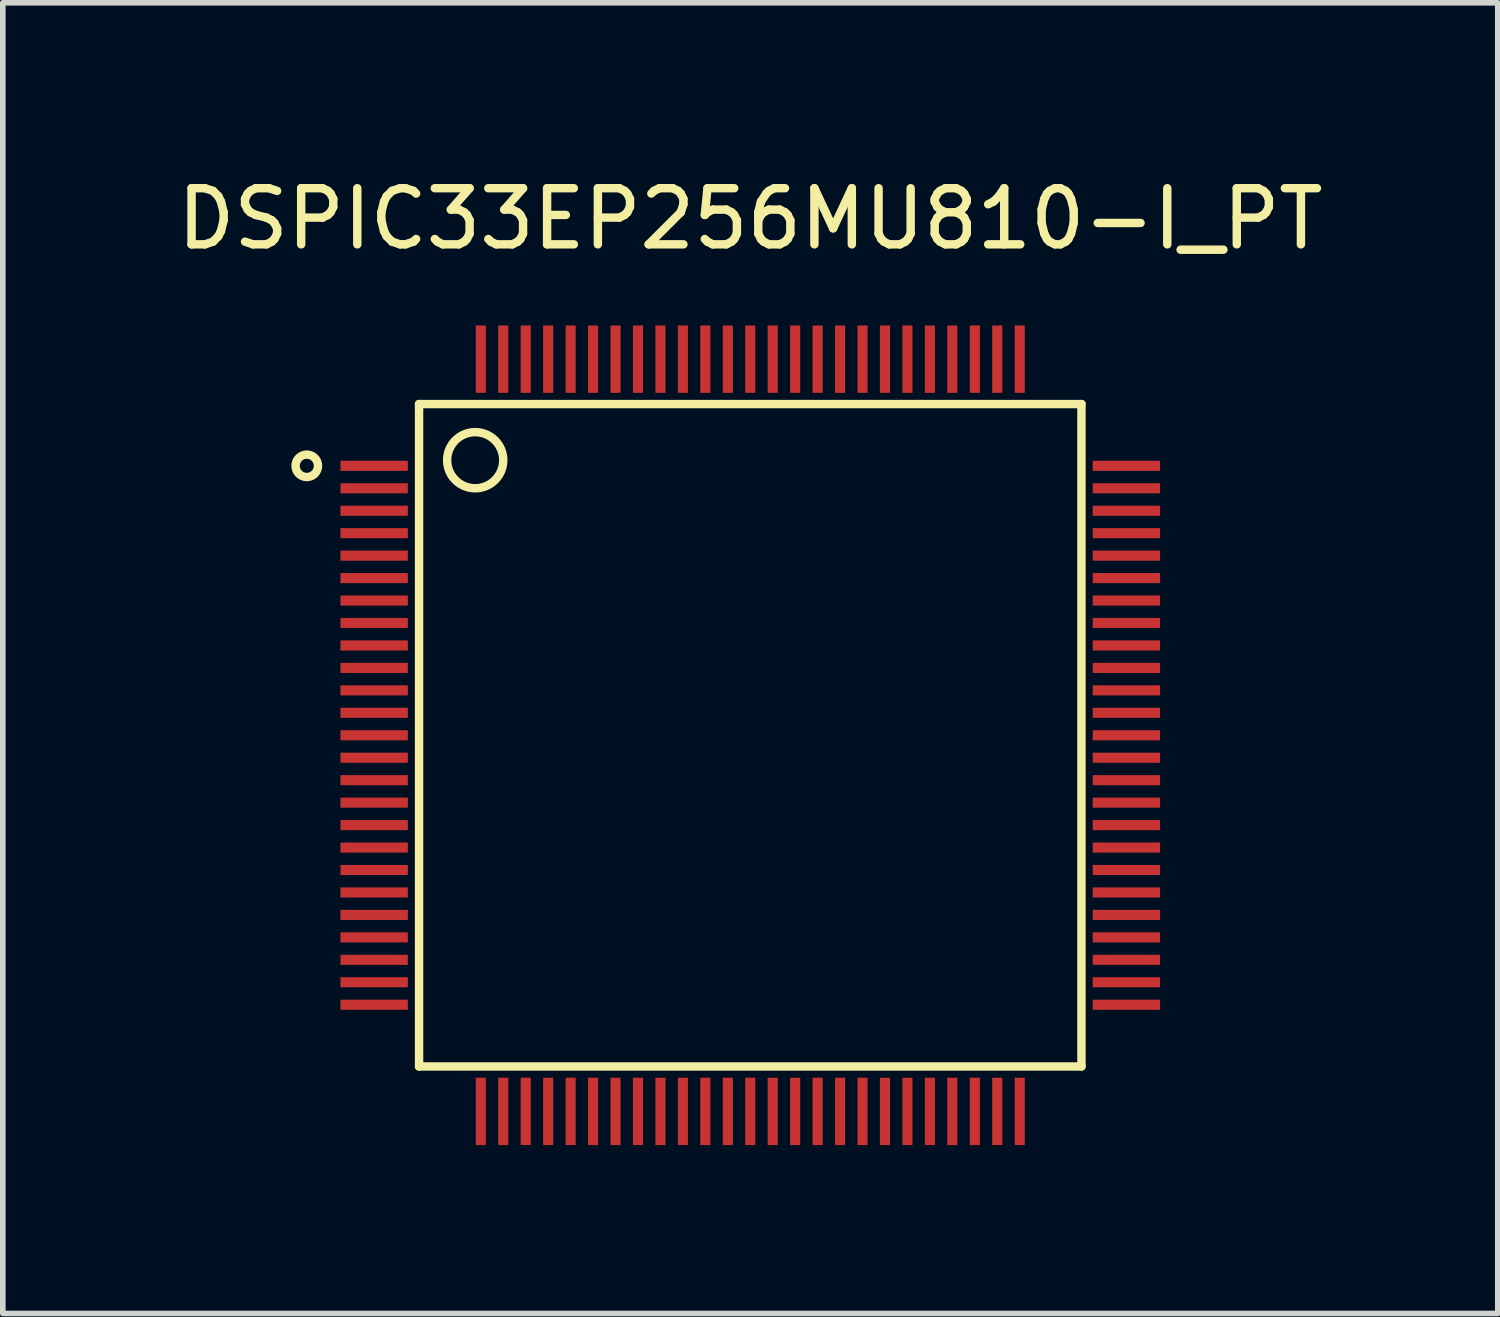
<source format=kicad_pcb>
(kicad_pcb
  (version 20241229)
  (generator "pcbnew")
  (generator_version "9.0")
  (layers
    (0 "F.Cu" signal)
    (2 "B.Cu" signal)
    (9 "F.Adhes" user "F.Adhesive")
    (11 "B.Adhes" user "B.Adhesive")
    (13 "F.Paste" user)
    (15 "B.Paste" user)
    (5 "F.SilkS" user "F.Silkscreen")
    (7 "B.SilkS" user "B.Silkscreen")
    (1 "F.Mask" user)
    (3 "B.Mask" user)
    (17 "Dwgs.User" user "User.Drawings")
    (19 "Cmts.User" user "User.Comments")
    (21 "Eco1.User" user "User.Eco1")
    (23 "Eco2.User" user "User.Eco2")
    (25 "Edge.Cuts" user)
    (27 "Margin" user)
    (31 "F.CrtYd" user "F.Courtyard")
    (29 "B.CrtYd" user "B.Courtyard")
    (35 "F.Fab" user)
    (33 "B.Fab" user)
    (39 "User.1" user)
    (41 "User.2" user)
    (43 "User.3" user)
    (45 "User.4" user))
  (footprint "DSPIC33EP256MU810-I_PT"
    (layer "F.Cu")
    (at 3.615 3.348)
    (property "Reference" "DSPIC33EP256MU810-I_PT" (at 6.7 -2.5 0) (layer "F.SilkS") (effects (font (size 1 1) (thickness 0.15))))
    (attr through_hole)
    (fp_line (start 0.8 0.8) (end 0.8 12.6) (stroke (width 0.15) (type solid)) (layer "F.SilkS"))
    (fp_line (start 0.8 0.8) (end 12.6 0.8) (stroke (width 0.15) (type solid)) (layer "F.SilkS"))
    (fp_line (start 0.8 12.6) (end 12.6 12.6) (stroke (width 0.15) (type solid)) (layer "F.SilkS"))
    (fp_line (start 12.6 12.6) (end 12.6 0.8) (stroke (width 0.15) (type solid)) (layer "F.SilkS"))
    (fp_circle (center -1.2 1.9) (end -1.2 1.7) (stroke (width 0.15) (type solid)) (fill no) (layer "F.SilkS"))
    (fp_circle (center 1.8 1.8) (end 1.8 1.3) (stroke (width 0.15) (type solid)) (fill no) (layer "F.SilkS"))
    (pad "1" smd rect (at 0 1.9) (size 1.2 0.18) (layers "F.Cu" "F.Mask" "F.Paste"))
    (pad "2" smd rect (at 0 2.3) (size 1.2 0.18) (layers "F.Cu" "F.Mask" "F.Paste"))
    (pad "3" smd rect (at 0 2.7) (size 1.2 0.18) (layers "F.Cu" "F.Mask" "F.Paste"))
    (pad "4" smd rect (at 0 3.1) (size 1.2 0.18) (layers "F.Cu" "F.Mask" "F.Paste"))
    (pad "5" smd rect (at 0 3.5) (size 1.2 0.18) (layers "F.Cu" "F.Mask" "F.Paste"))
    (pad "6" smd rect (at 0 3.9) (size 1.2 0.18) (layers "F.Cu" "F.Mask" "F.Paste"))
    (pad "7" smd rect (at 0 4.3) (size 1.2 0.18) (layers "F.Cu" "F.Mask" "F.Paste"))
    (pad "8" smd rect (at 0 4.7) (size 1.2 0.18) (layers "F.Cu" "F.Mask" "F.Paste"))
    (pad "9" smd rect (at 0 5.1) (size 1.2 0.18) (layers "F.Cu" "F.Mask" "F.Paste"))
    (pad "10" smd rect (at 0 5.5) (size 1.2 0.18) (layers "F.Cu" "F.Mask" "F.Paste"))
    (pad "11" smd rect (at 0 5.9) (size 1.2 0.18) (layers "F.Cu" "F.Mask" "F.Paste"))
    (pad "12" smd rect (at 0 6.3) (size 1.2 0.18) (layers "F.Cu" "F.Mask" "F.Paste"))
    (pad "13" smd rect (at 0 6.7) (size 1.2 0.18) (layers "F.Cu" "F.Mask" "F.Paste"))
    (pad "14" smd rect (at 0 7.1) (size 1.2 0.18) (layers "F.Cu" "F.Mask" "F.Paste"))
    (pad "15" smd rect (at 0 7.5) (size 1.2 0.18) (layers "F.Cu" "F.Mask" "F.Paste"))
    (pad "16" smd rect (at 0 7.9) (size 1.2 0.18) (layers "F.Cu" "F.Mask" "F.Paste"))
    (pad "17" smd rect (at 0 8.3) (size 1.2 0.18) (layers "F.Cu" "F.Mask" "F.Paste"))
    (pad "18" smd rect (at 0 8.7) (size 1.2 0.18) (layers "F.Cu" "F.Mask" "F.Paste"))
    (pad "19" smd rect (at 0 9.1) (size 1.2 0.18) (layers "F.Cu" "F.Mask" "F.Paste"))
    (pad "20" smd rect (at 0 9.5) (size 1.2 0.18) (layers "F.Cu" "F.Mask" "F.Paste"))
    (pad "21" smd rect (at 0 9.9) (size 1.2 0.18) (layers "F.Cu" "F.Mask" "F.Paste"))
    (pad "22" smd rect (at 0 10.3) (size 1.2 0.18) (layers "F.Cu" "F.Mask" "F.Paste"))
    (pad "23" smd rect (at 0 10.7) (size 1.2 0.18) (layers "F.Cu" "F.Mask" "F.Paste"))
    (pad "24" smd rect (at 0 11.1) (size 1.2 0.18) (layers "F.Cu" "F.Mask" "F.Paste"))
    (pad "25" smd rect (at 0 11.5) (size 1.2 0.18) (layers "F.Cu" "F.Mask" "F.Paste"))
    (pad "26" smd rect (at 1.9 13.4) (size 0.18 1.2) (layers "F.Cu" "F.Mask" "F.Paste"))
    (pad "27" smd rect (at 2.3 13.4) (size 0.18 1.2) (layers "F.Cu" "F.Mask" "F.Paste"))
    (pad "28" smd rect (at 2.7 13.4) (size 0.18 1.2) (layers "F.Cu" "F.Mask" "F.Paste"))
    (pad "29" smd rect (at 3.1 13.4) (size 0.18 1.2) (layers "F.Cu" "F.Mask" "F.Paste"))
    (pad "30" smd rect (at 3.5 13.4) (size 0.18 1.2) (layers "F.Cu" "F.Mask" "F.Paste"))
    (pad "31" smd rect (at 3.9 13.4) (size 0.18 1.2) (layers "F.Cu" "F.Mask" "F.Paste"))
    (pad "32" smd rect (at 4.3 13.4) (size 0.18 1.2) (layers "F.Cu" "F.Mask" "F.Paste"))
    (pad "33" smd rect (at 4.7 13.4) (size 0.18 1.2) (layers "F.Cu" "F.Mask" "F.Paste"))
    (pad "34" smd rect (at 5.1 13.4) (size 0.18 1.2) (layers "F.Cu" "F.Mask" "F.Paste"))
    (pad "35" smd rect (at 5.5 13.4) (size 0.18 1.2) (layers "F.Cu" "F.Mask" "F.Paste"))
    (pad "36" smd rect (at 5.9 13.4) (size 0.18 1.2) (layers "F.Cu" "F.Mask" "F.Paste"))
    (pad "37" smd rect (at 6.3 13.4) (size 0.18 1.2) (layers "F.Cu" "F.Mask" "F.Paste"))
    (pad "38" smd rect (at 6.7 13.4) (size 0.18 1.2) (layers "F.Cu" "F.Mask" "F.Paste"))
    (pad "39" smd rect (at 7.1 13.4) (size 0.18 1.2) (layers "F.Cu" "F.Mask" "F.Paste"))
    (pad "40" smd rect (at 7.5 13.4) (size 0.18 1.2) (layers "F.Cu" "F.Mask" "F.Paste"))
    (pad "41" smd rect (at 7.9 13.4) (size 0.18 1.2) (layers "F.Cu" "F.Mask" "F.Paste"))
    (pad "42" smd rect (at 8.3 13.4) (size 0.18 1.2) (layers "F.Cu" "F.Mask" "F.Paste"))
    (pad "43" smd rect (at 8.7 13.4) (size 0.18 1.2) (layers "F.Cu" "F.Mask" "F.Paste"))
    (pad "44" smd rect (at 9.1 13.4) (size 0.18 1.2) (layers "F.Cu" "F.Mask" "F.Paste"))
    (pad "45" smd rect (at 9.5 13.4) (size 0.18 1.2) (layers "F.Cu" "F.Mask" "F.Paste"))
    (pad "46" smd rect (at 9.9 13.4) (size 0.18 1.2) (layers "F.Cu" "F.Mask" "F.Paste"))
    (pad "47" smd rect (at 10.3 13.4) (size 0.18 1.2) (layers "F.Cu" "F.Mask" "F.Paste"))
    (pad "48" smd rect (at 10.7 13.4) (size 0.18 1.2) (layers "F.Cu" "F.Mask" "F.Paste"))
    (pad "49" smd rect (at 11.1 13.4) (size 0.18 1.2) (layers "F.Cu" "F.Mask" "F.Paste"))
    (pad "50" smd rect (at 11.5 13.4) (size 0.18 1.2) (layers "F.Cu" "F.Mask" "F.Paste"))
    (pad "51" smd rect (at 13.4 11.5) (size 1.2 0.18) (layers "F.Cu" "F.Mask" "F.Paste"))
    (pad "52" smd rect (at 13.4 11.1) (size 1.2 0.18) (layers "F.Cu" "F.Mask" "F.Paste"))
    (pad "53" smd rect (at 13.4 10.7) (size 1.2 0.18) (layers "F.Cu" "F.Mask" "F.Paste"))
    (pad "54" smd rect (at 13.4 10.3) (size 1.2 0.18) (layers "F.Cu" "F.Mask" "F.Paste"))
    (pad "55" smd rect (at 13.4 9.9) (size 1.2 0.18) (layers "F.Cu" "F.Mask" "F.Paste"))
    (pad "56" smd rect (at 13.4 9.5) (size 1.2 0.18) (layers "F.Cu" "F.Mask" "F.Paste"))
    (pad "57" smd rect (at 13.4 9.1) (size 1.2 0.18) (layers "F.Cu" "F.Mask" "F.Paste"))
    (pad "58" smd rect (at 13.4 8.7) (size 1.2 0.18) (layers "F.Cu" "F.Mask" "F.Paste"))
    (pad "59" smd rect (at 13.4 8.3) (size 1.2 0.18) (layers "F.Cu" "F.Mask" "F.Paste"))
    (pad "60" smd rect (at 13.4 7.9) (size 1.2 0.18) (layers "F.Cu" "F.Mask" "F.Paste"))
    (pad "61" smd rect (at 13.4 7.5) (size 1.2 0.18) (layers "F.Cu" "F.Mask" "F.Paste"))
    (pad "62" smd rect (at 13.4 7.1) (size 1.2 0.18) (layers "F.Cu" "F.Mask" "F.Paste"))
    (pad "63" smd rect (at 13.4 6.7) (size 1.2 0.18) (layers "F.Cu" "F.Mask" "F.Paste"))
    (pad "64" smd rect (at 13.4 6.3) (size 1.2 0.18) (layers "F.Cu" "F.Mask" "F.Paste"))
    (pad "65" smd rect (at 13.4 5.9) (size 1.2 0.18) (layers "F.Cu" "F.Mask" "F.Paste"))
    (pad "66" smd rect (at 13.4 5.5) (size 1.2 0.18) (layers "F.Cu" "F.Mask" "F.Paste"))
    (pad "67" smd rect (at 13.4 5.1) (size 1.2 0.18) (layers "F.Cu" "F.Mask" "F.Paste"))
    (pad "68" smd rect (at 13.4 4.7) (size 1.2 0.18) (layers "F.Cu" "F.Mask" "F.Paste"))
    (pad "69" smd rect (at 13.4 4.3) (size 1.2 0.18) (layers "F.Cu" "F.Mask" "F.Paste"))
    (pad "70" smd rect (at 13.4 3.9) (size 1.2 0.18) (layers "F.Cu" "F.Mask" "F.Paste"))
    (pad "71" smd rect (at 13.4 3.5) (size 1.2 0.18) (layers "F.Cu" "F.Mask" "F.Paste"))
    (pad "72" smd rect (at 13.4 3.1) (size 1.2 0.18) (layers "F.Cu" "F.Mask" "F.Paste"))
    (pad "73" smd rect (at 13.4 2.7) (size 1.2 0.18) (layers "F.Cu" "F.Mask" "F.Paste"))
    (pad "74" smd rect (at 13.4 2.3) (size 1.2 0.18) (layers "F.Cu" "F.Mask" "F.Paste"))
    (pad "75" smd rect (at 13.4 1.9) (size 1.2 0.18) (layers "F.Cu" "F.Mask" "F.Paste"))
    (pad "76" smd rect (at 11.5 0) (size 0.18 1.2) (layers "F.Cu" "F.Mask" "F.Paste"))
    (pad "77" smd rect (at 11.1 0) (size 0.18 1.2) (layers "F.Cu" "F.Mask" "F.Paste"))
    (pad "78" smd rect (at 10.7 0) (size 0.18 1.2) (layers "F.Cu" "F.Mask" "F.Paste"))
    (pad "79" smd rect (at 10.3 0) (size 0.18 1.2) (layers "F.Cu" "F.Mask" "F.Paste"))
    (pad "80" smd rect (at 9.9 0) (size 0.18 1.2) (layers "F.Cu" "F.Mask" "F.Paste"))
    (pad "81" smd rect (at 9.5 0) (size 0.18 1.2) (layers "F.Cu" "F.Mask" "F.Paste"))
    (pad "82" smd rect (at 9.1 0) (size 0.18 1.2) (layers "F.Cu" "F.Mask" "F.Paste"))
    (pad "83" smd rect (at 8.7 0) (size 0.18 1.2) (layers "F.Cu" "F.Mask" "F.Paste"))
    (pad "84" smd rect (at 8.3 0) (size 0.18 1.2) (layers "F.Cu" "F.Mask" "F.Paste"))
    (pad "85" smd rect (at 7.9 0) (size 0.18 1.2) (layers "F.Cu" "F.Mask" "F.Paste"))
    (pad "86" smd rect (at 7.5 0) (size 0.18 1.2) (layers "F.Cu" "F.Mask" "F.Paste"))
    (pad "87" smd rect (at 7.1 0) (size 0.18 1.2) (layers "F.Cu" "F.Mask" "F.Paste"))
    (pad "88" smd rect (at 6.7 0) (size 0.18 1.2) (layers "F.Cu" "F.Mask" "F.Paste"))
    (pad "89" smd rect (at 6.3 0) (size 0.18 1.2) (layers "F.Cu" "F.Mask" "F.Paste"))
    (pad "90" smd rect (at 5.9 0) (size 0.18 1.2) (layers "F.Cu" "F.Mask" "F.Paste"))
    (pad "91" smd rect (at 5.5 0) (size 0.18 1.2) (layers "F.Cu" "F.Mask" "F.Paste"))
    (pad "92" smd rect (at 5.1 0) (size 0.18 1.2) (layers "F.Cu" "F.Mask" "F.Paste"))
    (pad "93" smd rect (at 4.7 0) (size 0.18 1.2) (layers "F.Cu" "F.Mask" "F.Paste"))
    (pad "94" smd rect (at 4.3 0) (size 0.18 1.2) (layers "F.Cu" "F.Mask" "F.Paste"))
    (pad "95" smd rect (at 3.9 0) (size 0.18 1.2) (layers "F.Cu" "F.Mask" "F.Paste"))
    (pad "96" smd rect (at 3.5 0) (size 0.18 1.2) (layers "F.Cu" "F.Mask" "F.Paste"))
    (pad "97" smd rect (at 3.1 0) (size 0.18 1.2) (layers "F.Cu" "F.Mask" "F.Paste"))
    (pad "98" smd rect (at 2.7 0) (size 0.18 1.2) (layers "F.Cu" "F.Mask" "F.Paste"))
    (pad "99" smd rect (at 2.3 0) (size 0.18 1.2) (layers "F.Cu" "F.Mask" "F.Paste"))
    (pad "100" smd rect (at 1.9 0) (size 0.18 1.2) (layers "F.Cu" "F.Mask" "F.Paste")))
  (gr_rect
    (start -3 -3)
    (end 23.631 20.348)
    (stroke (width 0.1) (type default))
    (fill no)
    (layer "Edge.Cuts")))
</source>
